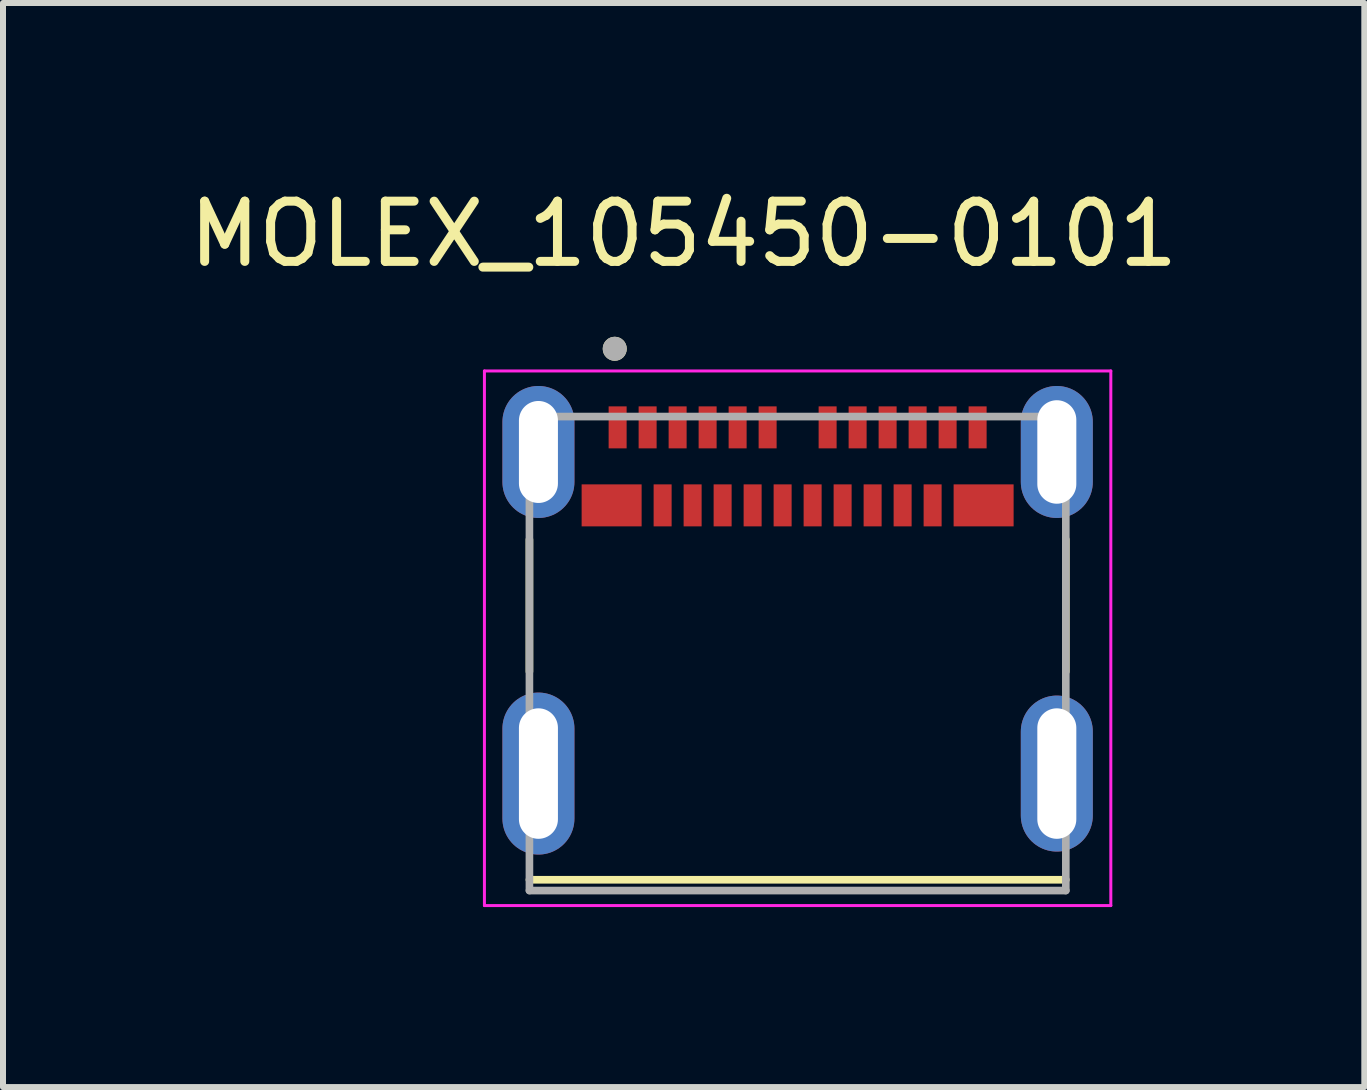
<source format=kicad_pcb>
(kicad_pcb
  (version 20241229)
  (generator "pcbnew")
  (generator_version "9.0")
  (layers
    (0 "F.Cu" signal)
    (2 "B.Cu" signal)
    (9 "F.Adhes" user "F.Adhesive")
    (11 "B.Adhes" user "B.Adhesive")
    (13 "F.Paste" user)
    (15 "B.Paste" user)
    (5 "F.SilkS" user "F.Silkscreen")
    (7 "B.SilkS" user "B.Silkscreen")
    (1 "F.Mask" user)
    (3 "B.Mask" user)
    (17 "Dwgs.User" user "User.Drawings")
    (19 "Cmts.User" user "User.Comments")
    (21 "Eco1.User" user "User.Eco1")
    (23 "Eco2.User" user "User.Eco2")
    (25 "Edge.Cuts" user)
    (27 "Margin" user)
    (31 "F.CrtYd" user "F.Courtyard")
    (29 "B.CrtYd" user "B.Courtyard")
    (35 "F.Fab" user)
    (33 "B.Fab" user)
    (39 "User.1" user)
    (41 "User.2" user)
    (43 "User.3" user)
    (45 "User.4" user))
  (footprint "MOLEX_105450-0101"
    (layer "F.Cu")
    (at 10.244 7.843)
    (property "Reference" "MOLEX_105450-0101" (at -1.899 -6.993 0) (layer "F.SilkS") (effects (font (size 1.004 1.004) (thickness 0.15))))
    (attr smd)
    (fp_line (start -4.47 0.3) (end -4.47 -1.9) (stroke (width 0.127) (type solid)) (layer "F.SilkS"))
    (fp_line (start -4.47 3.77) (end 4.47 3.77) (stroke (width 0.127) (type solid)) (layer "F.SilkS"))
    (fp_line (start 4.47 0.3) (end 4.47 -1.9) (stroke (width 0.127) (type solid)) (layer "F.SilkS"))
    (fp_circle (center -3.048 -5.08) (end -2.948 -5.08) (stroke (width 0.2) (type solid)) (fill no) (layer "F.SilkS"))
    (fp_line (start -5.22 -4.71) (end 5.22 -4.71) (stroke (width 0.05) (type solid)) (layer "F.CrtYd"))
    (fp_line (start -5.22 4.2) (end -5.22 -4.71) (stroke (width 0.05) (type solid)) (layer "F.CrtYd"))
    (fp_line (start 5.22 -4.71) (end 5.22 4.2) (stroke (width 0.05) (type solid)) (layer "F.CrtYd"))
    (fp_line (start 5.22 4.2) (end -5.22 4.2) (stroke (width 0.05) (type solid)) (layer "F.CrtYd"))
    (fp_line (start -4.47 -3.95) (end -4.47 3.95) (stroke (width 0.127) (type solid)) (layer "F.Fab"))
    (fp_line (start -4.47 3.95) (end 4.47 3.95) (stroke (width 0.127) (type solid)) (layer "F.Fab"))
    (fp_line (start 4.47 -3.95) (end -4.47 -3.95) (stroke (width 0.127) (type solid)) (layer "F.Fab"))
    (fp_line (start 4.47 3.95) (end 4.47 -3.95) (stroke (width 0.127) (type solid)) (layer "F.Fab"))
    (fp_circle (center -3.048 -5.08) (end -2.948 -5.08) (stroke (width 0.2) (type solid)) (fill no) (layer "F.Fab"))
    (pad "A1" smd rect (at -3 -3.77) (size 0.3 0.7) (layers "F.Cu" "F.Mask" "F.Paste"))
    (pad "A2" smd rect (at -2.5 -3.77) (size 0.3 0.7) (layers "F.Cu" "F.Mask" "F.Paste"))
    (pad "A3" smd rect (at -2 -3.77) (size 0.3 0.7) (layers "F.Cu" "F.Mask" "F.Paste"))
    (pad "A4" smd rect (at -1.5 -3.77) (size 0.3 0.7) (layers "F.Cu" "F.Mask" "F.Paste"))
    (pad "A5" smd rect (at -1 -3.77) (size 0.3 0.7) (layers "F.Cu" "F.Mask" "F.Paste"))
    (pad "A6" smd rect (at -0.5 -3.77) (size 0.3 0.7) (layers "F.Cu" "F.Mask" "F.Paste"))
    (pad "A7" smd rect (at 0.5 -3.77) (size 0.3 0.7) (layers "F.Cu" "F.Mask" "F.Paste"))
    (pad "A8" smd rect (at 1 -3.77) (size 0.3 0.7) (layers "F.Cu" "F.Mask" "F.Paste"))
    (pad "A9" smd rect (at 1.5 -3.77) (size 0.3 0.7) (layers "F.Cu" "F.Mask" "F.Paste"))
    (pad "A10" smd rect (at 2 -3.77) (size 0.3 0.7) (layers "F.Cu" "F.Mask" "F.Paste"))
    (pad "A11" smd rect (at 2.5 -3.77) (size 0.3 0.7) (layers "F.Cu" "F.Mask" "F.Paste"))
    (pad "A12" smd rect (at 3 -3.77) (size 0.3 0.7) (layers "F.Cu" "F.Mask" "F.Paste"))
    (pad "B1" smd rect (at 3.1 -2.47) (size 1 0.7) (layers "F.Cu" "F.Mask" "F.Paste"))
    (pad "B2" smd rect (at 2.25 -2.47) (size 0.3 0.7) (layers "F.Cu" "F.Mask" "F.Paste"))
    (pad "B3" smd rect (at 1.75 -2.47) (size 0.3 0.7) (layers "F.Cu" "F.Mask" "F.Paste"))
    (pad "B4" smd rect (at 1.25 -2.47) (size 0.3 0.7) (layers "F.Cu" "F.Mask" "F.Paste"))
    (pad "B5" smd rect (at 0.75 -2.47) (size 0.3 0.7) (layers "F.Cu" "F.Mask" "F.Paste"))
    (pad "B6" smd rect (at 0.25 -2.47) (size 0.3 0.7) (layers "F.Cu" "F.Mask" "F.Paste"))
    (pad "B7" smd rect (at -0.25 -2.47) (size 0.3 0.7) (layers "F.Cu" "F.Mask" "F.Paste"))
    (pad "B8" smd rect (at -0.75 -2.47) (size 0.3 0.7) (layers "F.Cu" "F.Mask" "F.Paste"))
    (pad "B9" smd rect (at -1.25 -2.47) (size 0.3 0.7) (layers "F.Cu" "F.Mask" "F.Paste"))
    (pad "B10" smd rect (at -1.75 -2.47) (size 0.3 0.7) (layers "F.Cu" "F.Mask" "F.Paste"))
    (pad "B11" smd rect (at -2.25 -2.47) (size 0.3 0.7) (layers "F.Cu" "F.Mask" "F.Paste"))
    (pad "B12" smd rect (at -3.1 -2.47) (size 1 0.7) (layers "F.Cu" "F.Mask" "F.Paste"))
    (pad "S1" thru_hole oval (at -4.32 -3.36) (size 1.2 2.2) (drill oval 0.65 1.7) (layers "*.Cu" "*.Mask"))
    (pad "S2" thru_hole oval (at 4.32 -3.36) (size 1.2 2.2) (drill oval 0.65 1.725) (layers "*.Cu" "*.Mask"))
    (pad "S3" thru_hole oval (at -4.32 2) (size 1.2 2.7) (drill oval 0.65 2.175) (layers "*.Cu" "*.Mask"))
    (pad "S4" thru_hole oval (at 4.32 2) (size 1.2 2.6) (drill oval 0.65 2.175) (layers "*.Cu" "*.Mask"))
    (zone (net_name "") (layer "F.Cu") (hatch full 0.508) (connect_pads) (min_thickness 0.01) (filled_areas_thickness no) (keepout (tracks not_allowed) (vias not_allowed) (pads not_allowed) (copperpour not_allowed) (footprints allowed)) (placement (enabled no)) (fill) (polygon (pts (xy 6.744 5.963) (xy 13.744 5.963) (xy 13.744 11.613) (xy 6.744 11.613))))
    (zone (net_name "") (layers "F.Cu" "B.Cu") (hatch full 0.508) (connect_pads) (min_thickness 0.01) (filled_areas_thickness no) (keepout (tracks allowed) (vias not_allowed) (pads allowed) (copperpour allowed) (footprints allowed)) (placement (enabled no)) (fill) (polygon (pts (xy 6.744 5.963) (xy 13.744 5.963) (xy 13.744 11.613) (xy 6.744 11.613)))))
  (gr_rect
    (start -3 -3)
    (end 19.689 15.068)
    (stroke (width 0.1) (type default))
    (fill no)
    (layer "Edge.Cuts")))
</source>
